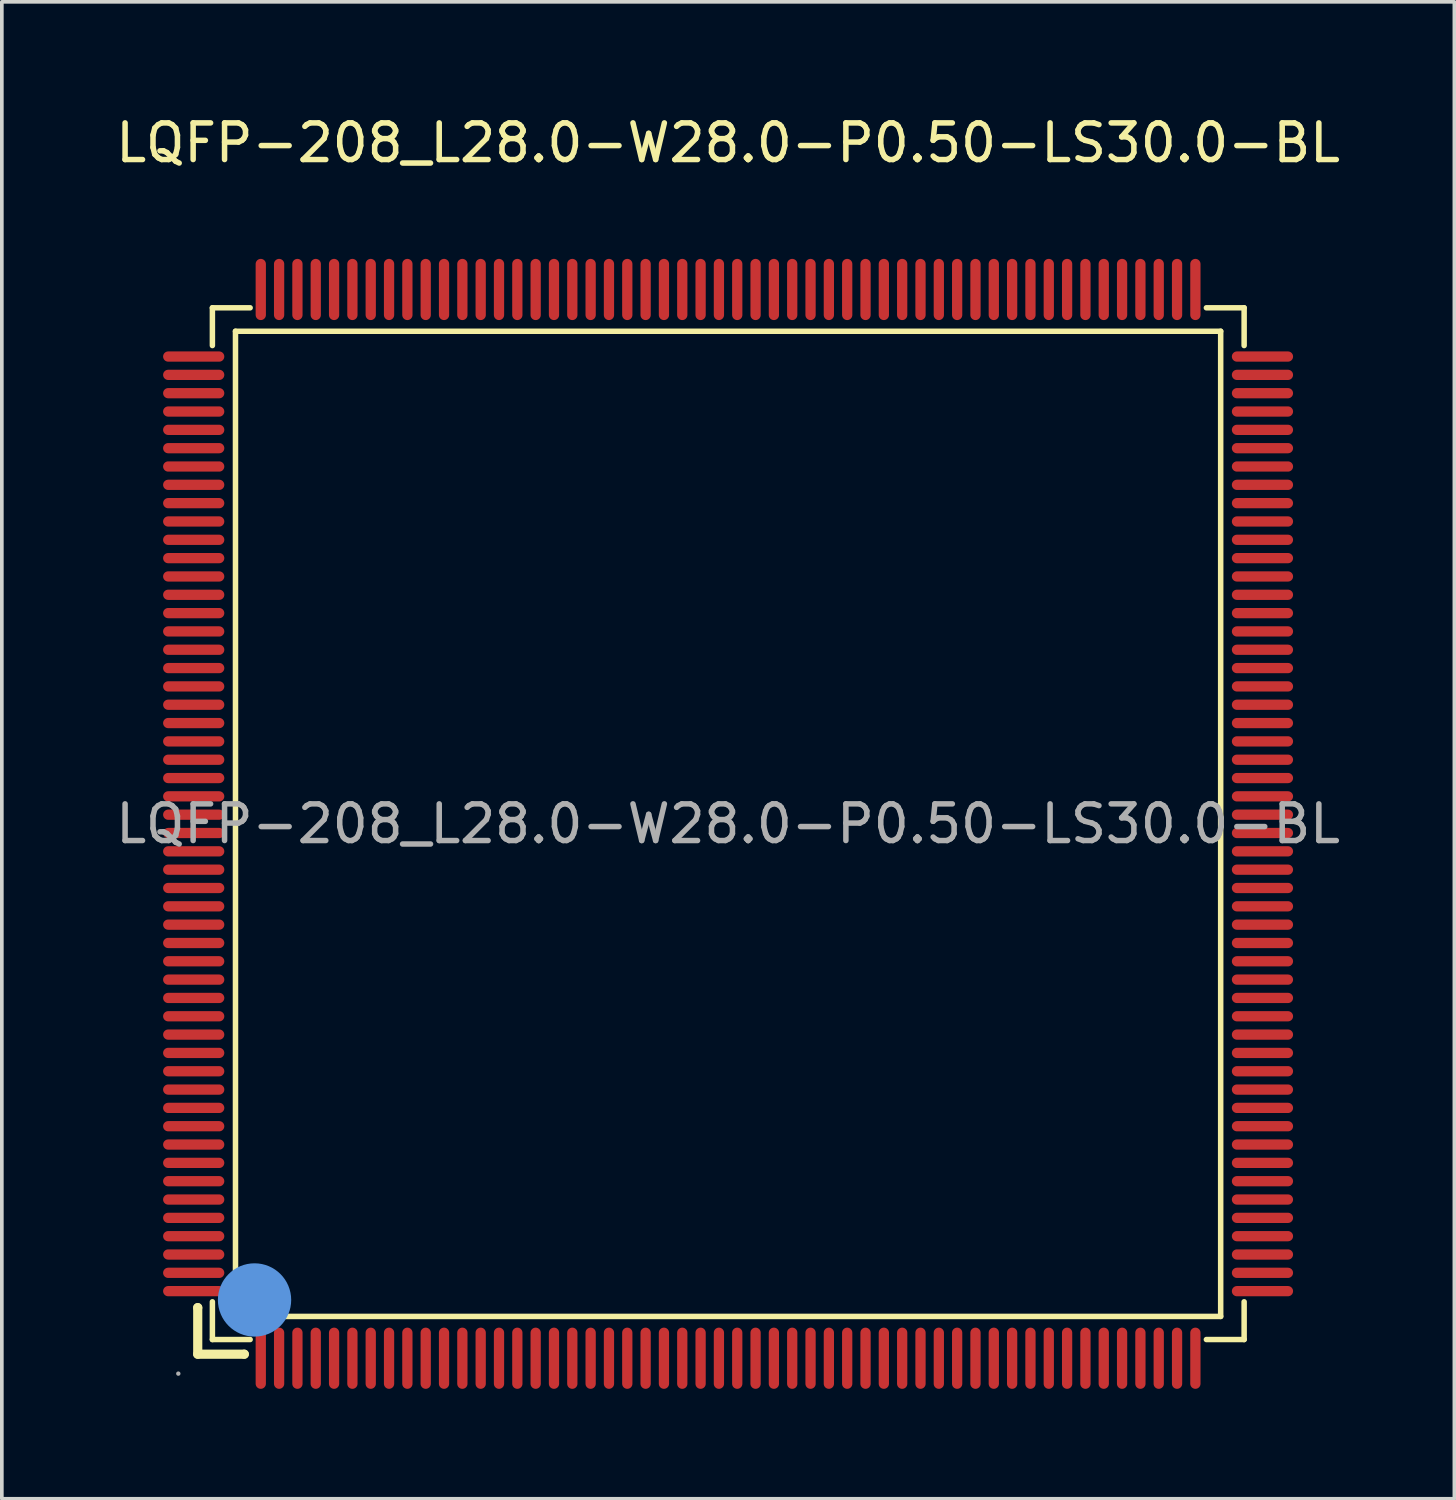
<source format=kicad_pcb>
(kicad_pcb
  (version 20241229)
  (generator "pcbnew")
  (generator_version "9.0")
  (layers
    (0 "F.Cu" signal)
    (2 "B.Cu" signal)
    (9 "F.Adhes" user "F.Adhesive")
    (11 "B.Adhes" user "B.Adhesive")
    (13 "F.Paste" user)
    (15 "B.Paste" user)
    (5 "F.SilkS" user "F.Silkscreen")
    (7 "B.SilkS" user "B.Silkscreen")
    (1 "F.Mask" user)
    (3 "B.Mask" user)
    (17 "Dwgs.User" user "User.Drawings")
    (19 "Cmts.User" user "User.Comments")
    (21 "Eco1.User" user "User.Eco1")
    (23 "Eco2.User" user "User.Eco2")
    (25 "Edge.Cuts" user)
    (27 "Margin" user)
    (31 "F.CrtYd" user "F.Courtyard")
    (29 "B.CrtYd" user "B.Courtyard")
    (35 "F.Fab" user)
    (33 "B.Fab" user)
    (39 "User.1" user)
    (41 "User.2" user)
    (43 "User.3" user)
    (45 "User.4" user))
  (footprint "LQFP-208_L28.0-W28.0-P0.50-LS30.0-BL"
    (layer "F.Cu")
    (at 16.815 19.428)
    (property "Reference" "LQFP-208_L28.0-W28.0-P0.50-LS30.0-BL" (at 0 -18.58 0) (layer "F.SilkS") (effects (font (size 1 1) (thickness 0.15))))
    (attr through_hole)
    (fp_line (start -14.47 13.2) (end -14.47 13.2) (stroke (width 0.25) (type solid)) (layer "F.SilkS"))
    (fp_line (start -14.47 13.2) (end -14.47 14.47) (stroke (width 0.25) (type solid)) (layer "F.SilkS"))
    (fp_line (start -14.47 14.47) (end -13.2 14.47) (stroke (width 0.25) (type solid)) (layer "F.SilkS"))
    (fp_line (start -14.07 -14.08) (end -14.07 -13.05) (stroke (width 0.15) (type solid)) (layer "F.SilkS"))
    (fp_line (start -14.07 14.07) (end -14.07 13.04) (stroke (width 0.15) (type solid)) (layer "F.SilkS"))
    (fp_line (start -13.44 -13.44) (end 13.44 -13.44) (stroke (width 0.15) (type solid)) (layer "F.SilkS"))
    (fp_line (start -13.44 13.44) (end -13.44 -13.44) (stroke (width 0.15) (type solid)) (layer "F.SilkS"))
    (fp_line (start -13.2 14.47) (end -13.2 14.47) (stroke (width 0.25) (type solid)) (layer "F.SilkS"))
    (fp_line (start -13.04 -14.08) (end -14.07 -14.08) (stroke (width 0.15) (type solid)) (layer "F.SilkS"))
    (fp_line (start -13.04 14.07) (end -14.07 14.07) (stroke (width 0.15) (type solid)) (layer "F.SilkS"))
    (fp_line (start 13.05 -14.08) (end 14.08 -14.08) (stroke (width 0.15) (type solid)) (layer "F.SilkS"))
    (fp_line (start 13.05 14.07) (end 14.08 14.07) (stroke (width 0.15) (type solid)) (layer "F.SilkS"))
    (fp_line (start 13.44 -13.44) (end 13.44 13.44) (stroke (width 0.15) (type solid)) (layer "F.SilkS"))
    (fp_line (start 13.44 13.44) (end -13.44 13.44) (stroke (width 0.15) (type solid)) (layer "F.SilkS"))
    (fp_line (start 14.08 -14.08) (end 14.08 -13.05) (stroke (width 0.15) (type solid)) (layer "F.SilkS"))
    (fp_line (start 14.08 14.07) (end 14.08 13.04) (stroke (width 0.15) (type solid)) (layer "F.SilkS"))
    (fp_circle (center -13.14 13.14) (end -13.07 13.14) (stroke (width 0.15) (type solid)) (fill no) (layer "F.SilkS"))
    (fp_circle (center -12.92 12.99) (end -12.42 12.99) (stroke (width 1) (type solid)) (fill no) (layer "Cmts.User"))
    (fp_circle (center -15 15) (end -14.97 15) (stroke (width 0.06) (type solid)) (fill no) (layer "F.Fab"))
    (fp_text user "${REFERENCE}" (at 0 0 0) (layer "F.Fab") (effects (font (size 1 1) (thickness 0.15))))
    (pad "1" smd oval (at -12.75 14.58) (size 0.28 1.67) (layers "F.Cu" "F.Mask" "F.Paste"))
    (pad "2" smd oval (at -12.25 14.58) (size 0.28 1.67) (layers "F.Cu" "F.Mask" "F.Paste"))
    (pad "3" smd oval (at -11.75 14.58) (size 0.28 1.67) (layers "F.Cu" "F.Mask" "F.Paste"))
    (pad "4" smd oval (at -11.25 14.58) (size 0.28 1.67) (layers "F.Cu" "F.Mask" "F.Paste"))
    (pad "5" smd oval (at -10.75 14.58) (size 0.28 1.67) (layers "F.Cu" "F.Mask" "F.Paste"))
    (pad "6" smd oval (at -10.25 14.58) (size 0.28 1.67) (layers "F.Cu" "F.Mask" "F.Paste"))
    (pad "7" smd oval (at -9.75 14.58) (size 0.28 1.67) (layers "F.Cu" "F.Mask" "F.Paste"))
    (pad "8" smd oval (at -9.25 14.58) (size 0.28 1.67) (layers "F.Cu" "F.Mask" "F.Paste"))
    (pad "9" smd oval (at -8.75 14.58) (size 0.28 1.67) (layers "F.Cu" "F.Mask" "F.Paste"))
    (pad "10" smd oval (at -8.25 14.58) (size 0.28 1.67) (layers "F.Cu" "F.Mask" "F.Paste"))
    (pad "11" smd oval (at -7.75 14.58) (size 0.28 1.67) (layers "F.Cu" "F.Mask" "F.Paste"))
    (pad "12" smd oval (at -7.25 14.58) (size 0.28 1.67) (layers "F.Cu" "F.Mask" "F.Paste"))
    (pad "13" smd oval (at -6.75 14.58) (size 0.28 1.67) (layers "F.Cu" "F.Mask" "F.Paste"))
    (pad "14" smd oval (at -6.25 14.58) (size 0.28 1.67) (layers "F.Cu" "F.Mask" "F.Paste"))
    (pad "15" smd oval (at -5.75 14.58) (size 0.28 1.67) (layers "F.Cu" "F.Mask" "F.Paste"))
    (pad "16" smd oval (at -5.25 14.58) (size 0.28 1.67) (layers "F.Cu" "F.Mask" "F.Paste"))
    (pad "17" smd oval (at -4.75 14.58) (size 0.28 1.67) (layers "F.Cu" "F.Mask" "F.Paste"))
    (pad "18" smd oval (at -4.25 14.58) (size 0.28 1.67) (layers "F.Cu" "F.Mask" "F.Paste"))
    (pad "19" smd oval (at -3.75 14.58) (size 0.28 1.67) (layers "F.Cu" "F.Mask" "F.Paste"))
    (pad "20" smd oval (at -3.25 14.58) (size 0.28 1.67) (layers "F.Cu" "F.Mask" "F.Paste"))
    (pad "21" smd oval (at -2.75 14.58) (size 0.28 1.67) (layers "F.Cu" "F.Mask" "F.Paste"))
    (pad "22" smd oval (at -2.25 14.58) (size 0.28 1.67) (layers "F.Cu" "F.Mask" "F.Paste"))
    (pad "23" smd oval (at -1.75 14.58) (size 0.28 1.67) (layers "F.Cu" "F.Mask" "F.Paste"))
    (pad "24" smd oval (at -1.25 14.58) (size 0.28 1.67) (layers "F.Cu" "F.Mask" "F.Paste"))
    (pad "25" smd oval (at -0.75 14.58) (size 0.28 1.67) (layers "F.Cu" "F.Mask" "F.Paste"))
    (pad "26" smd oval (at -0.25 14.58) (size 0.28 1.67) (layers "F.Cu" "F.Mask" "F.Paste"))
    (pad "27" smd oval (at 0.25 14.58) (size 0.28 1.67) (layers "F.Cu" "F.Mask" "F.Paste"))
    (pad "28" smd oval (at 0.75 14.58) (size 0.28 1.67) (layers "F.Cu" "F.Mask" "F.Paste"))
    (pad "29" smd oval (at 1.25 14.58) (size 0.28 1.67) (layers "F.Cu" "F.Mask" "F.Paste"))
    (pad "30" smd oval (at 1.75 14.58) (size 0.28 1.67) (layers "F.Cu" "F.Mask" "F.Paste"))
    (pad "31" smd oval (at 2.25 14.58) (size 0.28 1.67) (layers "F.Cu" "F.Mask" "F.Paste"))
    (pad "32" smd oval (at 2.75 14.58) (size 0.28 1.67) (layers "F.Cu" "F.Mask" "F.Paste"))
    (pad "33" smd oval (at 3.25 14.58) (size 0.28 1.67) (layers "F.Cu" "F.Mask" "F.Paste"))
    (pad "34" smd oval (at 3.75 14.58) (size 0.28 1.67) (layers "F.Cu" "F.Mask" "F.Paste"))
    (pad "35" smd oval (at 4.25 14.58) (size 0.28 1.67) (layers "F.Cu" "F.Mask" "F.Paste"))
    (pad "36" smd oval (at 4.75 14.58) (size 0.28 1.67) (layers "F.Cu" "F.Mask" "F.Paste"))
    (pad "37" smd oval (at 5.25 14.58) (size 0.28 1.67) (layers "F.Cu" "F.Mask" "F.Paste"))
    (pad "38" smd oval (at 5.75 14.58) (size 0.28 1.67) (layers "F.Cu" "F.Mask" "F.Paste"))
    (pad "39" smd oval (at 6.25 14.58) (size 0.28 1.67) (layers "F.Cu" "F.Mask" "F.Paste"))
    (pad "40" smd oval (at 6.75 14.58) (size 0.28 1.67) (layers "F.Cu" "F.Mask" "F.Paste"))
    (pad "41" smd oval (at 7.25 14.58) (size 0.28 1.67) (layers "F.Cu" "F.Mask" "F.Paste"))
    (pad "42" smd oval (at 7.75 14.58) (size 0.28 1.67) (layers "F.Cu" "F.Mask" "F.Paste"))
    (pad "43" smd oval (at 8.25 14.58) (size 0.28 1.67) (layers "F.Cu" "F.Mask" "F.Paste"))
    (pad "44" smd oval (at 8.75 14.58) (size 0.28 1.67) (layers "F.Cu" "F.Mask" "F.Paste"))
    (pad "45" smd oval (at 9.25 14.58) (size 0.28 1.67) (layers "F.Cu" "F.Mask" "F.Paste"))
    (pad "46" smd oval (at 9.75 14.58) (size 0.28 1.67) (layers "F.Cu" "F.Mask" "F.Paste"))
    (pad "47" smd oval (at 10.25 14.58) (size 0.28 1.67) (layers "F.Cu" "F.Mask" "F.Paste"))
    (pad "48" smd oval (at 10.75 14.58) (size 0.28 1.67) (layers "F.Cu" "F.Mask" "F.Paste"))
    (pad "49" smd oval (at 11.25 14.58) (size 0.28 1.67) (layers "F.Cu" "F.Mask" "F.Paste"))
    (pad "50" smd oval (at 11.75 14.58) (size 0.28 1.67) (layers "F.Cu" "F.Mask" "F.Paste"))
    (pad "51" smd oval (at 12.25 14.58) (size 0.28 1.67) (layers "F.Cu" "F.Mask" "F.Paste"))
    (pad "52" smd oval (at 12.75 14.58) (size 0.28 1.67) (layers "F.Cu" "F.Mask" "F.Paste"))
    (pad "53" smd oval (at 14.58 12.75) (size 1.67 0.28) (layers "F.Cu" "F.Mask" "F.Paste"))
    (pad "54" smd oval (at 14.58 12.25) (size 1.67 0.28) (layers "F.Cu" "F.Mask" "F.Paste"))
    (pad "55" smd oval (at 14.58 11.75) (size 1.67 0.28) (layers "F.Cu" "F.Mask" "F.Paste"))
    (pad "56" smd oval (at 14.58 11.25) (size 1.67 0.28) (layers "F.Cu" "F.Mask" "F.Paste"))
    (pad "57" smd oval (at 14.58 10.75) (size 1.67 0.28) (layers "F.Cu" "F.Mask" "F.Paste"))
    (pad "58" smd oval (at 14.58 10.25) (size 1.67 0.28) (layers "F.Cu" "F.Mask" "F.Paste"))
    (pad "59" smd oval (at 14.58 9.75) (size 1.67 0.28) (layers "F.Cu" "F.Mask" "F.Paste"))
    (pad "60" smd oval (at 14.58 9.25) (size 1.67 0.28) (layers "F.Cu" "F.Mask" "F.Paste"))
    (pad "61" smd oval (at 14.58 8.75) (size 1.67 0.28) (layers "F.Cu" "F.Mask" "F.Paste"))
    (pad "62" smd oval (at 14.58 8.25) (size 1.67 0.28) (layers "F.Cu" "F.Mask" "F.Paste"))
    (pad "63" smd oval (at 14.58 7.75) (size 1.67 0.28) (layers "F.Cu" "F.Mask" "F.Paste"))
    (pad "64" smd oval (at 14.58 7.25) (size 1.67 0.28) (layers "F.Cu" "F.Mask" "F.Paste"))
    (pad "65" smd oval (at 14.58 6.75) (size 1.67 0.28) (layers "F.Cu" "F.Mask" "F.Paste"))
    (pad "66" smd oval (at 14.58 6.25) (size 1.67 0.28) (layers "F.Cu" "F.Mask" "F.Paste"))
    (pad "67" smd oval (at 14.58 5.75) (size 1.67 0.28) (layers "F.Cu" "F.Mask" "F.Paste"))
    (pad "68" smd oval (at 14.58 5.25) (size 1.67 0.28) (layers "F.Cu" "F.Mask" "F.Paste"))
    (pad "69" smd oval (at 14.58 4.75) (size 1.67 0.28) (layers "F.Cu" "F.Mask" "F.Paste"))
    (pad "70" smd oval (at 14.58 4.25) (size 1.67 0.28) (layers "F.Cu" "F.Mask" "F.Paste"))
    (pad "71" smd oval (at 14.58 3.75) (size 1.67 0.28) (layers "F.Cu" "F.Mask" "F.Paste"))
    (pad "72" smd oval (at 14.58 3.25) (size 1.67 0.28) (layers "F.Cu" "F.Mask" "F.Paste"))
    (pad "73" smd oval (at 14.58 2.75) (size 1.67 0.28) (layers "F.Cu" "F.Mask" "F.Paste"))
    (pad "74" smd oval (at 14.58 2.25) (size 1.67 0.28) (layers "F.Cu" "F.Mask" "F.Paste"))
    (pad "75" smd oval (at 14.58 1.75) (size 1.67 0.28) (layers "F.Cu" "F.Mask" "F.Paste"))
    (pad "76" smd oval (at 14.58 1.25) (size 1.67 0.28) (layers "F.Cu" "F.Mask" "F.Paste"))
    (pad "77" smd oval (at 14.58 0.75) (size 1.67 0.28) (layers "F.Cu" "F.Mask" "F.Paste"))
    (pad "78" smd oval (at 14.58 0.25) (size 1.67 0.28) (layers "F.Cu" "F.Mask" "F.Paste"))
    (pad "79" smd oval (at 14.58 -0.25) (size 1.67 0.28) (layers "F.Cu" "F.Mask" "F.Paste"))
    (pad "80" smd oval (at 14.58 -0.75) (size 1.67 0.28) (layers "F.Cu" "F.Mask" "F.Paste"))
    (pad "81" smd oval (at 14.58 -1.25) (size 1.67 0.28) (layers "F.Cu" "F.Mask" "F.Paste"))
    (pad "82" smd oval (at 14.58 -1.75) (size 1.67 0.28) (layers "F.Cu" "F.Mask" "F.Paste"))
    (pad "83" smd oval (at 14.58 -2.25) (size 1.67 0.28) (layers "F.Cu" "F.Mask" "F.Paste"))
    (pad "84" smd oval (at 14.58 -2.75) (size 1.67 0.28) (layers "F.Cu" "F.Mask" "F.Paste"))
    (pad "85" smd oval (at 14.58 -3.25) (size 1.67 0.28) (layers "F.Cu" "F.Mask" "F.Paste"))
    (pad "86" smd oval (at 14.58 -3.75) (size 1.67 0.28) (layers "F.Cu" "F.Mask" "F.Paste"))
    (pad "87" smd oval (at 14.58 -4.25) (size 1.67 0.28) (layers "F.Cu" "F.Mask" "F.Paste"))
    (pad "88" smd oval (at 14.58 -4.75) (size 1.67 0.28) (layers "F.Cu" "F.Mask" "F.Paste"))
    (pad "89" smd oval (at 14.58 -5.25) (size 1.67 0.28) (layers "F.Cu" "F.Mask" "F.Paste"))
    (pad "90" smd oval (at 14.58 -5.75) (size 1.67 0.28) (layers "F.Cu" "F.Mask" "F.Paste"))
    (pad "91" smd oval (at 14.58 -6.25) (size 1.67 0.28) (layers "F.Cu" "F.Mask" "F.Paste"))
    (pad "92" smd oval (at 14.58 -6.75) (size 1.67 0.28) (layers "F.Cu" "F.Mask" "F.Paste"))
    (pad "93" smd oval (at 14.58 -7.25) (size 1.67 0.28) (layers "F.Cu" "F.Mask" "F.Paste"))
    (pad "94" smd oval (at 14.58 -7.75) (size 1.67 0.28) (layers "F.Cu" "F.Mask" "F.Paste"))
    (pad "95" smd oval (at 14.58 -8.25) (size 1.67 0.28) (layers "F.Cu" "F.Mask" "F.Paste"))
    (pad "96" smd oval (at 14.58 -8.75) (size 1.67 0.28) (layers "F.Cu" "F.Mask" "F.Paste"))
    (pad "97" smd oval (at 14.58 -9.25) (size 1.67 0.28) (layers "F.Cu" "F.Mask" "F.Paste"))
    (pad "98" smd oval (at 14.58 -9.75) (size 1.67 0.28) (layers "F.Cu" "F.Mask" "F.Paste"))
    (pad "99" smd oval (at 14.58 -10.25) (size 1.67 0.28) (layers "F.Cu" "F.Mask" "F.Paste"))
    (pad "100" smd oval (at 14.58 -10.75) (size 1.67 0.28) (layers "F.Cu" "F.Mask" "F.Paste"))
    (pad "101" smd oval (at 14.58 -11.25) (size 1.67 0.28) (layers "F.Cu" "F.Mask" "F.Paste"))
    (pad "102" smd oval (at 14.58 -11.75) (size 1.67 0.28) (layers "F.Cu" "F.Mask" "F.Paste"))
    (pad "103" smd oval (at 14.58 -12.25) (size 1.67 0.28) (layers "F.Cu" "F.Mask" "F.Paste"))
    (pad "104" smd oval (at 14.58 -12.75) (size 1.67 0.28) (layers "F.Cu" "F.Mask" "F.Paste"))
    (pad "105" smd oval (at 12.75 -14.58) (size 0.28 1.67) (layers "F.Cu" "F.Mask" "F.Paste"))
    (pad "106" smd oval (at 12.25 -14.58) (size 0.28 1.67) (layers "F.Cu" "F.Mask" "F.Paste"))
    (pad "107" smd oval (at 11.75 -14.58) (size 0.28 1.67) (layers "F.Cu" "F.Mask" "F.Paste"))
    (pad "108" smd oval (at 11.25 -14.58) (size 0.28 1.67) (layers "F.Cu" "F.Mask" "F.Paste"))
    (pad "109" smd oval (at 10.75 -14.58) (size 0.28 1.67) (layers "F.Cu" "F.Mask" "F.Paste"))
    (pad "110" smd oval (at 10.25 -14.58) (size 0.28 1.67) (layers "F.Cu" "F.Mask" "F.Paste"))
    (pad "111" smd oval (at 9.75 -14.58) (size 0.28 1.67) (layers "F.Cu" "F.Mask" "F.Paste"))
    (pad "112" smd oval (at 9.25 -14.58) (size 0.28 1.67) (layers "F.Cu" "F.Mask" "F.Paste"))
    (pad "113" smd oval (at 8.75 -14.58) (size 0.28 1.67) (layers "F.Cu" "F.Mask" "F.Paste"))
    (pad "114" smd oval (at 8.25 -14.58) (size 0.28 1.67) (layers "F.Cu" "F.Mask" "F.Paste"))
    (pad "115" smd oval (at 7.75 -14.58) (size 0.28 1.67) (layers "F.Cu" "F.Mask" "F.Paste"))
    (pad "116" smd oval (at 7.25 -14.58) (size 0.28 1.67) (layers "F.Cu" "F.Mask" "F.Paste"))
    (pad "117" smd oval (at 6.75 -14.58) (size 0.28 1.67) (layers "F.Cu" "F.Mask" "F.Paste"))
    (pad "118" smd oval (at 6.25 -14.58) (size 0.28 1.67) (layers "F.Cu" "F.Mask" "F.Paste"))
    (pad "119" smd oval (at 5.75 -14.58) (size 0.28 1.67) (layers "F.Cu" "F.Mask" "F.Paste"))
    (pad "120" smd oval (at 5.25 -14.58) (size 0.28 1.67) (layers "F.Cu" "F.Mask" "F.Paste"))
    (pad "121" smd oval (at 4.75 -14.58) (size 0.28 1.67) (layers "F.Cu" "F.Mask" "F.Paste"))
    (pad "122" smd oval (at 4.25 -14.58) (size 0.28 1.67) (layers "F.Cu" "F.Mask" "F.Paste"))
    (pad "123" smd oval (at 3.75 -14.58) (size 0.28 1.67) (layers "F.Cu" "F.Mask" "F.Paste"))
    (pad "124" smd oval (at 3.25 -14.58) (size 0.28 1.67) (layers "F.Cu" "F.Mask" "F.Paste"))
    (pad "125" smd oval (at 2.75 -14.58) (size 0.28 1.67) (layers "F.Cu" "F.Mask" "F.Paste"))
    (pad "126" smd oval (at 2.25 -14.58) (size 0.28 1.67) (layers "F.Cu" "F.Mask" "F.Paste"))
    (pad "127" smd oval (at 1.75 -14.58) (size 0.28 1.67) (layers "F.Cu" "F.Mask" "F.Paste"))
    (pad "128" smd oval (at 1.25 -14.58) (size 0.28 1.67) (layers "F.Cu" "F.Mask" "F.Paste"))
    (pad "129" smd oval (at 0.75 -14.58) (size 0.28 1.67) (layers "F.Cu" "F.Mask" "F.Paste"))
    (pad "130" smd oval (at 0.25 -14.58) (size 0.28 1.67) (layers "F.Cu" "F.Mask" "F.Paste"))
    (pad "131" smd oval (at -0.25 -14.58) (size 0.28 1.67) (layers "F.Cu" "F.Mask" "F.Paste"))
    (pad "132" smd oval (at -0.75 -14.58) (size 0.28 1.67) (layers "F.Cu" "F.Mask" "F.Paste"))
    (pad "133" smd oval (at -1.25 -14.58) (size 0.28 1.67) (layers "F.Cu" "F.Mask" "F.Paste"))
    (pad "134" smd oval (at -1.75 -14.58) (size 0.28 1.67) (layers "F.Cu" "F.Mask" "F.Paste"))
    (pad "135" smd oval (at -2.25 -14.58) (size 0.28 1.67) (layers "F.Cu" "F.Mask" "F.Paste"))
    (pad "136" smd oval (at -2.75 -14.58) (size 0.28 1.67) (layers "F.Cu" "F.Mask" "F.Paste"))
    (pad "137" smd oval (at -3.25 -14.58) (size 0.28 1.67) (layers "F.Cu" "F.Mask" "F.Paste"))
    (pad "138" smd oval (at -3.75 -14.58) (size 0.28 1.67) (layers "F.Cu" "F.Mask" "F.Paste"))
    (pad "139" smd oval (at -4.25 -14.58) (size 0.28 1.67) (layers "F.Cu" "F.Mask" "F.Paste"))
    (pad "140" smd oval (at -4.75 -14.58) (size 0.28 1.67) (layers "F.Cu" "F.Mask" "F.Paste"))
    (pad "141" smd oval (at -5.25 -14.58) (size 0.28 1.67) (layers "F.Cu" "F.Mask" "F.Paste"))
    (pad "142" smd oval (at -5.75 -14.58) (size 0.28 1.67) (layers "F.Cu" "F.Mask" "F.Paste"))
    (pad "143" smd oval (at -6.25 -14.58) (size 0.28 1.67) (layers "F.Cu" "F.Mask" "F.Paste"))
    (pad "144" smd oval (at -6.75 -14.58) (size 0.28 1.67) (layers "F.Cu" "F.Mask" "F.Paste"))
    (pad "145" smd oval (at -7.25 -14.58) (size 0.28 1.67) (layers "F.Cu" "F.Mask" "F.Paste"))
    (pad "146" smd oval (at -7.75 -14.58) (size 0.28 1.67) (layers "F.Cu" "F.Mask" "F.Paste"))
    (pad "147" smd oval (at -8.25 -14.58) (size 0.28 1.67) (layers "F.Cu" "F.Mask" "F.Paste"))
    (pad "148" smd oval (at -8.75 -14.58) (size 0.28 1.67) (layers "F.Cu" "F.Mask" "F.Paste"))
    (pad "149" smd oval (at -9.25 -14.58) (size 0.28 1.67) (layers "F.Cu" "F.Mask" "F.Paste"))
    (pad "150" smd oval (at -9.75 -14.58) (size 0.28 1.67) (layers "F.Cu" "F.Mask" "F.Paste"))
    (pad "151" smd oval (at -10.25 -14.58) (size 0.28 1.67) (layers "F.Cu" "F.Mask" "F.Paste"))
    (pad "152" smd oval (at -10.75 -14.58) (size 0.28 1.67) (layers "F.Cu" "F.Mask" "F.Paste"))
    (pad "153" smd oval (at -11.25 -14.58) (size 0.28 1.67) (layers "F.Cu" "F.Mask" "F.Paste"))
    (pad "154" smd oval (at -11.75 -14.58) (size 0.28 1.67) (layers "F.Cu" "F.Mask" "F.Paste"))
    (pad "155" smd oval (at -12.25 -14.58) (size 0.28 1.67) (layers "F.Cu" "F.Mask" "F.Paste"))
    (pad "156" smd oval (at -12.75 -14.58) (size 0.28 1.67) (layers "F.Cu" "F.Mask" "F.Paste"))
    (pad "157" smd oval (at -14.58 -12.75) (size 1.67 0.28) (layers "F.Cu" "F.Mask" "F.Paste"))
    (pad "158" smd oval (at -14.58 -12.25) (size 1.67 0.28) (layers "F.Cu" "F.Mask" "F.Paste"))
    (pad "159" smd oval (at -14.58 -11.75) (size 1.67 0.28) (layers "F.Cu" "F.Mask" "F.Paste"))
    (pad "160" smd oval (at -14.58 -11.25) (size 1.67 0.28) (layers "F.Cu" "F.Mask" "F.Paste"))
    (pad "161" smd oval (at -14.58 -10.75) (size 1.67 0.28) (layers "F.Cu" "F.Mask" "F.Paste"))
    (pad "162" smd oval (at -14.58 -10.25) (size 1.67 0.28) (layers "F.Cu" "F.Mask" "F.Paste"))
    (pad "163" smd oval (at -14.58 -9.75) (size 1.67 0.28) (layers "F.Cu" "F.Mask" "F.Paste"))
    (pad "164" smd oval (at -14.58 -9.25) (size 1.67 0.28) (layers "F.Cu" "F.Mask" "F.Paste"))
    (pad "165" smd oval (at -14.58 -8.75) (size 1.67 0.28) (layers "F.Cu" "F.Mask" "F.Paste"))
    (pad "166" smd oval (at -14.58 -8.25) (size 1.67 0.28) (layers "F.Cu" "F.Mask" "F.Paste"))
    (pad "167" smd oval (at -14.58 -7.75) (size 1.67 0.28) (layers "F.Cu" "F.Mask" "F.Paste"))
    (pad "168" smd oval (at -14.58 -7.25) (size 1.67 0.28) (layers "F.Cu" "F.Mask" "F.Paste"))
    (pad "169" smd oval (at -14.58 -6.75) (size 1.67 0.28) (layers "F.Cu" "F.Mask" "F.Paste"))
    (pad "170" smd oval (at -14.58 -6.25) (size 1.67 0.28) (layers "F.Cu" "F.Mask" "F.Paste"))
    (pad "171" smd oval (at -14.58 -5.75) (size 1.67 0.28) (layers "F.Cu" "F.Mask" "F.Paste"))
    (pad "172" smd oval (at -14.58 -5.25) (size 1.67 0.28) (layers "F.Cu" "F.Mask" "F.Paste"))
    (pad "173" smd oval (at -14.58 -4.75) (size 1.67 0.28) (layers "F.Cu" "F.Mask" "F.Paste"))
    (pad "174" smd oval (at -14.58 -4.25) (size 1.67 0.28) (layers "F.Cu" "F.Mask" "F.Paste"))
    (pad "175" smd oval (at -14.58 -3.75) (size 1.67 0.28) (layers "F.Cu" "F.Mask" "F.Paste"))
    (pad "176" smd oval (at -14.58 -3.25) (size 1.67 0.28) (layers "F.Cu" "F.Mask" "F.Paste"))
    (pad "177" smd oval (at -14.58 -2.75) (size 1.67 0.28) (layers "F.Cu" "F.Mask" "F.Paste"))
    (pad "178" smd oval (at -14.58 -2.25) (size 1.67 0.28) (layers "F.Cu" "F.Mask" "F.Paste"))
    (pad "179" smd oval (at -14.58 -1.75) (size 1.67 0.28) (layers "F.Cu" "F.Mask" "F.Paste"))
    (pad "180" smd oval (at -14.58 -1.25) (size 1.67 0.28) (layers "F.Cu" "F.Mask" "F.Paste"))
    (pad "181" smd oval (at -14.58 -0.75) (size 1.67 0.28) (layers "F.Cu" "F.Mask" "F.Paste"))
    (pad "182" smd oval (at -14.58 -0.25) (size 1.67 0.28) (layers "F.Cu" "F.Mask" "F.Paste"))
    (pad "183" smd oval (at -14.58 0.25) (size 1.67 0.28) (layers "F.Cu" "F.Mask" "F.Paste"))
    (pad "184" smd oval (at -14.58 0.75) (size 1.67 0.28) (layers "F.Cu" "F.Mask" "F.Paste"))
    (pad "185" smd oval (at -14.58 1.25) (size 1.67 0.28) (layers "F.Cu" "F.Mask" "F.Paste"))
    (pad "186" smd oval (at -14.58 1.75) (size 1.67 0.28) (layers "F.Cu" "F.Mask" "F.Paste"))
    (pad "187" smd oval (at -14.58 2.25) (size 1.67 0.28) (layers "F.Cu" "F.Mask" "F.Paste"))
    (pad "188" smd oval (at -14.58 2.75) (size 1.67 0.28) (layers "F.Cu" "F.Mask" "F.Paste"))
    (pad "189" smd oval (at -14.58 3.25) (size 1.67 0.28) (layers "F.Cu" "F.Mask" "F.Paste"))
    (pad "190" smd oval (at -14.58 3.75) (size 1.67 0.28) (layers "F.Cu" "F.Mask" "F.Paste"))
    (pad "191" smd oval (at -14.58 4.25) (size 1.67 0.28) (layers "F.Cu" "F.Mask" "F.Paste"))
    (pad "192" smd oval (at -14.58 4.75) (size 1.67 0.28) (layers "F.Cu" "F.Mask" "F.Paste"))
    (pad "193" smd oval (at -14.58 5.25) (size 1.67 0.28) (layers "F.Cu" "F.Mask" "F.Paste"))
    (pad "194" smd oval (at -14.58 5.75) (size 1.67 0.28) (layers "F.Cu" "F.Mask" "F.Paste"))
    (pad "195" smd oval (at -14.58 6.25) (size 1.67 0.28) (layers "F.Cu" "F.Mask" "F.Paste"))
    (pad "196" smd oval (at -14.58 6.75) (size 1.67 0.28) (layers "F.Cu" "F.Mask" "F.Paste"))
    (pad "197" smd oval (at -14.58 7.25) (size 1.67 0.28) (layers "F.Cu" "F.Mask" "F.Paste"))
    (pad "198" smd oval (at -14.58 7.75) (size 1.67 0.28) (layers "F.Cu" "F.Mask" "F.Paste"))
    (pad "199" smd oval (at -14.58 8.25) (size 1.67 0.28) (layers "F.Cu" "F.Mask" "F.Paste"))
    (pad "200" smd oval (at -14.58 8.75) (size 1.67 0.28) (layers "F.Cu" "F.Mask" "F.Paste"))
    (pad "201" smd oval (at -14.58 9.25) (size 1.67 0.28) (layers "F.Cu" "F.Mask" "F.Paste"))
    (pad "202" smd oval (at -14.58 9.75) (size 1.67 0.28) (layers "F.Cu" "F.Mask" "F.Paste"))
    (pad "203" smd oval (at -14.58 10.25) (size 1.67 0.28) (layers "F.Cu" "F.Mask" "F.Paste"))
    (pad "204" smd oval (at -14.58 10.75) (size 1.67 0.28) (layers "F.Cu" "F.Mask" "F.Paste"))
    (pad "205" smd oval (at -14.58 11.25) (size 1.67 0.28) (layers "F.Cu" "F.Mask" "F.Paste"))
    (pad "206" smd oval (at -14.58 11.75) (size 1.67 0.28) (layers "F.Cu" "F.Mask" "F.Paste"))
    (pad "207" smd oval (at -14.58 12.25) (size 1.67 0.28) (layers "F.Cu" "F.Mask" "F.Paste"))
    (pad "208" smd oval (at -14.58 12.75) (size 1.67 0.28) (layers "F.Cu" "F.Mask" "F.Paste")))
  (gr_rect
    (start -3 -3)
    (end 36.631 37.843)
    (stroke (width 0.1) (type default))
    (fill no)
    (layer "Edge.Cuts")))
</source>
